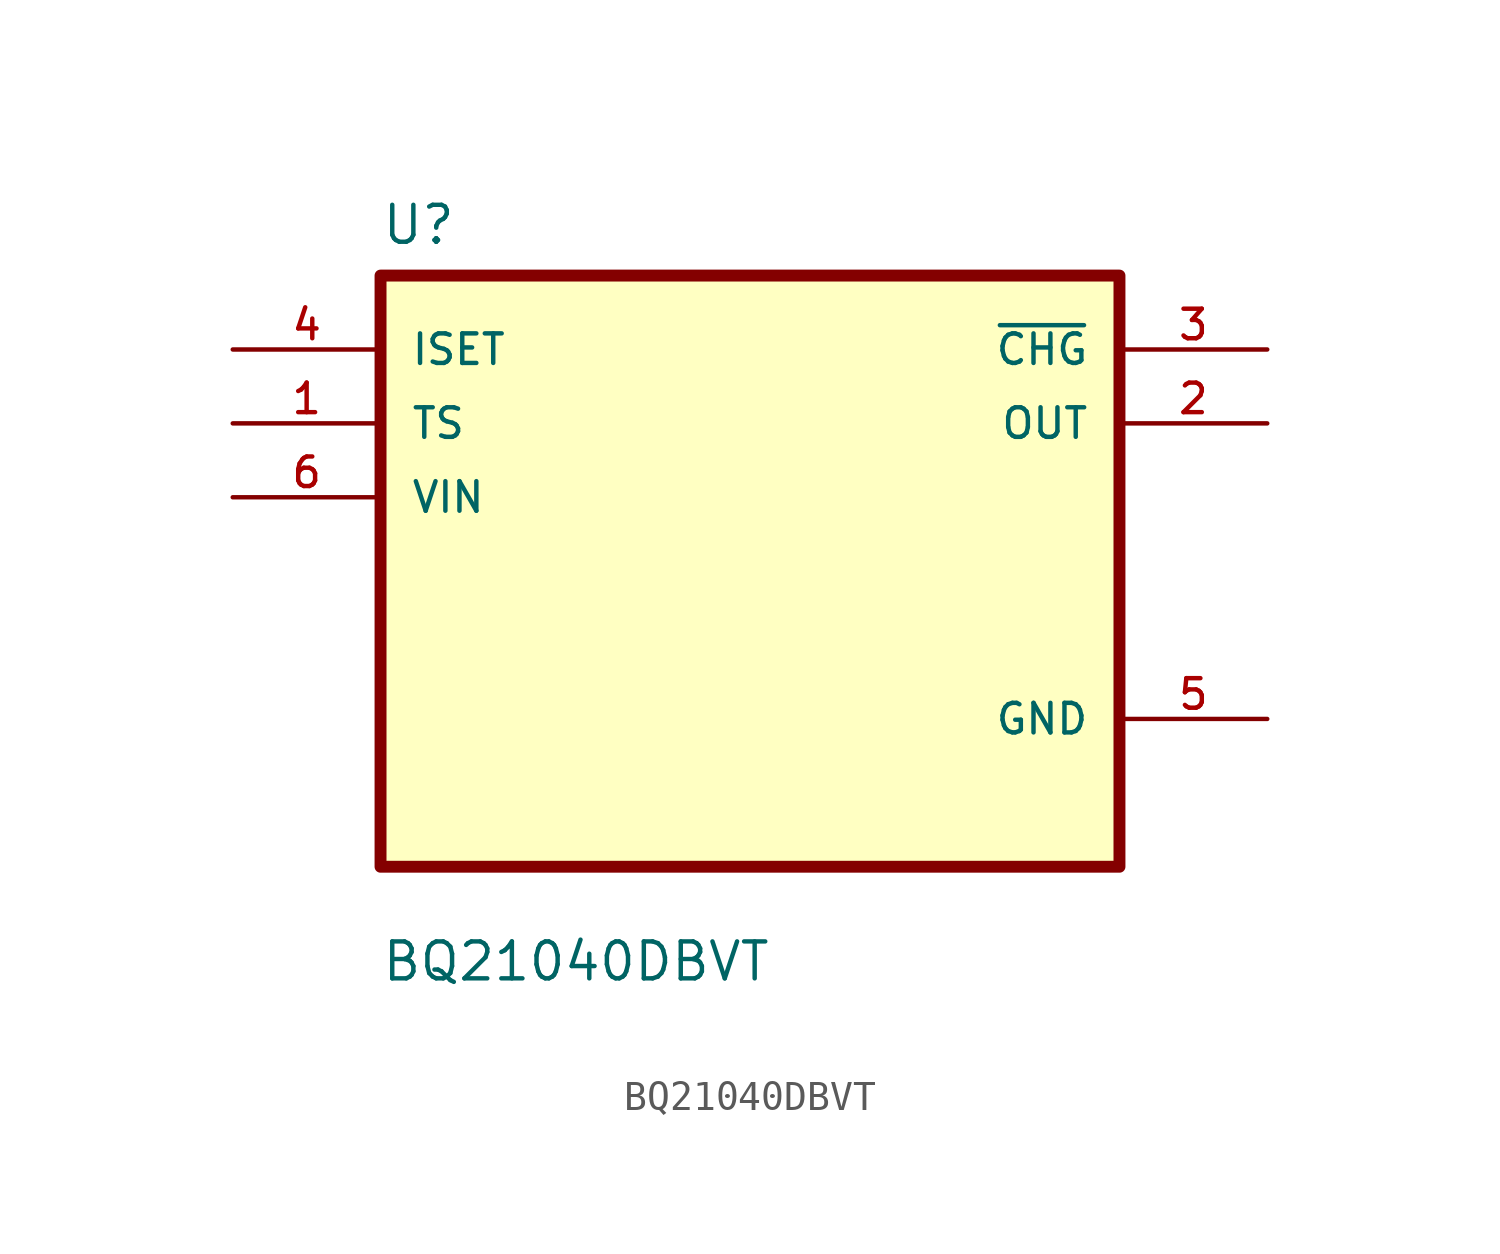
<source format=kicad_sym>
(kicad_symbol_lib
  (version 20211014)
  (generator kicad_symbol_editor)
  (symbol "BQ21040DBVT"
    (pin_names
      (offset 1.016))
    (property "Reference" "U"
      (at -12.7 11.16 0.0)
      (effects (font (size 1.27 1.27)) (justify bottom left)))
    (property "Value" "BQ21040DBVT"
      (at -12.7 -14.16 0.0)
      (effects (font (size 1.27 1.27)) (justify bottom left)))
    (symbol "BQ21040DBVT_0_0"
      (rectangle (start -12.7 -10.16) (end 12.7 10.16) (stroke (width 0.41)) (fill (type background)))
      (pin input line (at -17.78 7.62 0) (length 5.08) (name "ISET" (effects (font (size 1.016 1.016)))) (number "4" (effects (font (size 1.016 1.016)))))
      (pin input line (at -17.78 5.08 0) (length 5.08) (name "TS" (effects (font (size 1.016 1.016)))) (number "1" (effects (font (size 1.016 1.016)))))
      (pin input line (at -17.78 2.54 0) (length 5.08) (name "VIN" (effects (font (size 1.016 1.016)))) (number "6" (effects (font (size 1.016 1.016)))))
      (pin output line (at 17.78 7.62 180.0) (length 5.08) (name "~{CHG}" (effects (font (size 1.016 1.016)))) (number "3" (effects (font (size 1.016 1.016)))))
      (pin output line (at 17.78 5.08 180.0) (length 5.08) (name "OUT" (effects (font (size 1.016 1.016)))) (number "2" (effects (font (size 1.016 1.016)))))
      (pin power_in line (at 17.78 -5.08 180.0) (length 5.08) (name "GND" (effects (font (size 1.016 1.016)))) (number "5" (effects (font (size 1.016 1.016))))))))
</source>
